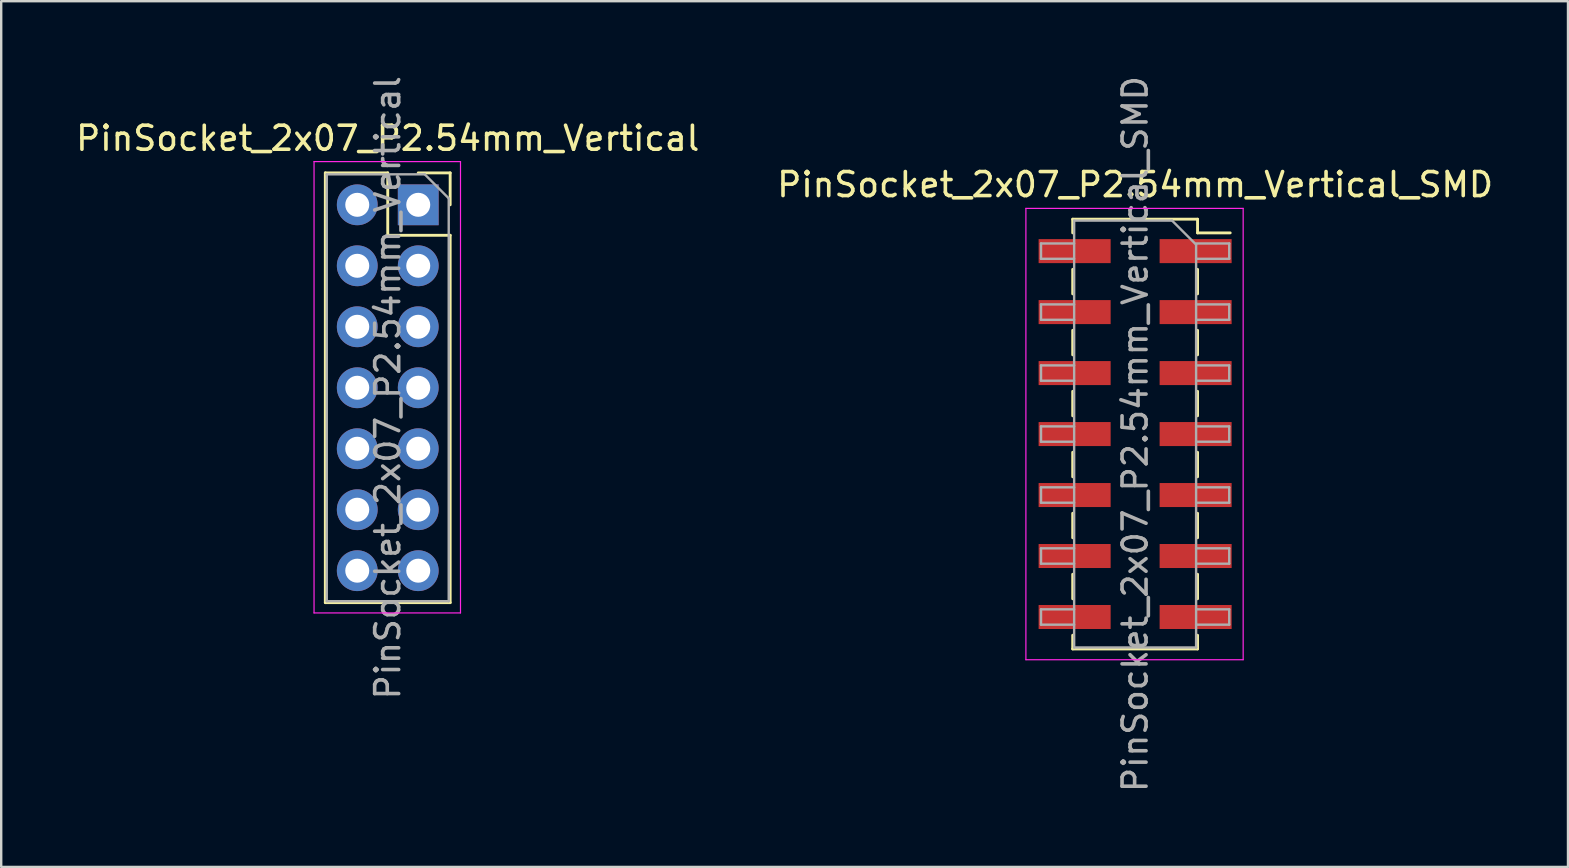
<source format=kicad_pcb>
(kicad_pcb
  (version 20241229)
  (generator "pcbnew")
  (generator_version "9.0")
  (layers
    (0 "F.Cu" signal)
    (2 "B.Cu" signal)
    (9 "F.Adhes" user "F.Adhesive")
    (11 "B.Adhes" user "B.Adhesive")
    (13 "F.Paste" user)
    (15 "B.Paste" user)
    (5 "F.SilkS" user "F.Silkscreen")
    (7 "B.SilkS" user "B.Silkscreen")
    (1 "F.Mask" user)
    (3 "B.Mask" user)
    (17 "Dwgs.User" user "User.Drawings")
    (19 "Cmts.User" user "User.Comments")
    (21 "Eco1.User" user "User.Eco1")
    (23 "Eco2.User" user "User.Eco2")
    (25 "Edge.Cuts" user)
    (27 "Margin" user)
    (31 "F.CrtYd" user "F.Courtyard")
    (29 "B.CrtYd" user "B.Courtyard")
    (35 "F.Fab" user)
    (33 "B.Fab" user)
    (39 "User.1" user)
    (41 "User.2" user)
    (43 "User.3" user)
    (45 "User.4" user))
  (footprint "PinSocket_2x07_P2.54mm_Vertical_SMD"
    (layer "F.Cu")
    (at 44.232 15.03)
    (property "Reference" "PinSocket_2x07_P2.54mm_Vertical_SMD" (at 0 -10.39 0) (layer "F.SilkS") (effects (font (size 1 1) (thickness 0.15))))
    (attr smd)
    (fp_line (start -2.6 -8.95) (end -2.6 -8.38) (stroke (width 0.12) (type solid)) (layer "F.SilkS"))
    (fp_line (start -2.6 -8.95) (end 2.6 -8.95) (stroke (width 0.12) (type solid)) (layer "F.SilkS"))
    (fp_line (start -2.6 -6.86) (end -2.6 -5.84) (stroke (width 0.12) (type solid)) (layer "F.SilkS"))
    (fp_line (start -2.6 -4.32) (end -2.6 -3.3) (stroke (width 0.12) (type solid)) (layer "F.SilkS"))
    (fp_line (start -2.6 -1.78) (end -2.6 -0.76) (stroke (width 0.12) (type solid)) (layer "F.SilkS"))
    (fp_line (start -2.6 0.76) (end -2.6 1.78) (stroke (width 0.12) (type solid)) (layer "F.SilkS"))
    (fp_line (start -2.6 3.3) (end -2.6 4.32) (stroke (width 0.12) (type solid)) (layer "F.SilkS"))
    (fp_line (start -2.6 5.84) (end -2.6 6.86) (stroke (width 0.12) (type solid)) (layer "F.SilkS"))
    (fp_line (start -2.6 8.38) (end -2.6 8.95) (stroke (width 0.12) (type solid)) (layer "F.SilkS"))
    (fp_line (start -2.6 8.95) (end 2.6 8.95) (stroke (width 0.12) (type solid)) (layer "F.SilkS"))
    (fp_line (start 2.6 -8.95) (end 2.6 -8.38) (stroke (width 0.12) (type solid)) (layer "F.SilkS"))
    (fp_line (start 2.6 -8.38) (end 3.96 -8.38) (stroke (width 0.12) (type solid)) (layer "F.SilkS"))
    (fp_line (start 2.6 -6.86) (end 2.6 -5.84) (stroke (width 0.12) (type solid)) (layer "F.SilkS"))
    (fp_line (start 2.6 -4.32) (end 2.6 -3.3) (stroke (width 0.12) (type solid)) (layer "F.SilkS"))
    (fp_line (start 2.6 -1.78) (end 2.6 -0.76) (stroke (width 0.12) (type solid)) (layer "F.SilkS"))
    (fp_line (start 2.6 0.76) (end 2.6 1.78) (stroke (width 0.12) (type solid)) (layer "F.SilkS"))
    (fp_line (start 2.6 3.3) (end 2.6 4.32) (stroke (width 0.12) (type solid)) (layer "F.SilkS"))
    (fp_line (start 2.6 5.84) (end 2.6 6.86) (stroke (width 0.12) (type solid)) (layer "F.SilkS"))
    (fp_line (start 2.6 8.38) (end 2.6 8.95) (stroke (width 0.12) (type solid)) (layer "F.SilkS"))
    (fp_line (start -4.55 -9.4) (end 4.5 -9.4) (stroke (width 0.05) (type solid)) (layer "F.CrtYd"))
    (fp_line (start -4.55 9.4) (end -4.55 -9.4) (stroke (width 0.05) (type solid)) (layer "F.CrtYd"))
    (fp_line (start 4.5 -9.4) (end 4.5 9.4) (stroke (width 0.05) (type solid)) (layer "F.CrtYd"))
    (fp_line (start 4.5 9.4) (end -4.55 9.4) (stroke (width 0.05) (type solid)) (layer "F.CrtYd"))
    (fp_line (start -3.92 -7.94) (end -2.54 -7.94) (stroke (width 0.1) (type solid)) (layer "F.Fab"))
    (fp_line (start -3.92 -7.3) (end -3.92 -7.94) (stroke (width 0.1) (type solid)) (layer "F.Fab"))
    (fp_line (start -3.92 -5.4) (end -2.54 -5.4) (stroke (width 0.1) (type solid)) (layer "F.Fab"))
    (fp_line (start -3.92 -4.76) (end -3.92 -5.4) (stroke (width 0.1) (type solid)) (layer "F.Fab"))
    (fp_line (start -3.92 -2.86) (end -2.54 -2.86) (stroke (width 0.1) (type solid)) (layer "F.Fab"))
    (fp_line (start -3.92 -2.22) (end -3.92 -2.86) (stroke (width 0.1) (type solid)) (layer "F.Fab"))
    (fp_line (start -3.92 -0.32) (end -2.54 -0.32) (stroke (width 0.1) (type solid)) (layer "F.Fab"))
    (fp_line (start -3.92 0.32) (end -3.92 -0.32) (stroke (width 0.1) (type solid)) (layer "F.Fab"))
    (fp_line (start -3.92 2.22) (end -2.54 2.22) (stroke (width 0.1) (type solid)) (layer "F.Fab"))
    (fp_line (start -3.92 2.86) (end -3.92 2.22) (stroke (width 0.1) (type solid)) (layer "F.Fab"))
    (fp_line (start -3.92 4.76) (end -2.54 4.76) (stroke (width 0.1) (type solid)) (layer "F.Fab"))
    (fp_line (start -3.92 5.4) (end -3.92 4.76) (stroke (width 0.1) (type solid)) (layer "F.Fab"))
    (fp_line (start -3.92 7.3) (end -2.54 7.3) (stroke (width 0.1) (type solid)) (layer "F.Fab"))
    (fp_line (start -3.92 7.94) (end -3.92 7.3) (stroke (width 0.1) (type solid)) (layer "F.Fab"))
    (fp_line (start -2.54 -8.89) (end 1.54 -8.89) (stroke (width 0.1) (type solid)) (layer "F.Fab"))
    (fp_line (start -2.54 -7.3) (end -3.92 -7.3) (stroke (width 0.1) (type solid)) (layer "F.Fab"))
    (fp_line (start -2.54 -4.76) (end -3.92 -4.76) (stroke (width 0.1) (type solid)) (layer "F.Fab"))
    (fp_line (start -2.54 -2.22) (end -3.92 -2.22) (stroke (width 0.1) (type solid)) (layer "F.Fab"))
    (fp_line (start -2.54 0.32) (end -3.92 0.32) (stroke (width 0.1) (type solid)) (layer "F.Fab"))
    (fp_line (start -2.54 2.86) (end -3.92 2.86) (stroke (width 0.1) (type solid)) (layer "F.Fab"))
    (fp_line (start -2.54 5.4) (end -3.92 5.4) (stroke (width 0.1) (type solid)) (layer "F.Fab"))
    (fp_line (start -2.54 7.94) (end -3.92 7.94) (stroke (width 0.1) (type solid)) (layer "F.Fab"))
    (fp_line (start -2.54 8.89) (end -2.54 -8.89) (stroke (width 0.1) (type solid)) (layer "F.Fab"))
    (fp_line (start 1.54 -8.89) (end 2.54 -7.89) (stroke (width 0.1) (type solid)) (layer "F.Fab"))
    (fp_line (start 2.54 -7.94) (end 3.92 -7.94) (stroke (width 0.1) (type solid)) (layer "F.Fab"))
    (fp_line (start 2.54 -7.89) (end 2.54 8.89) (stroke (width 0.1) (type solid)) (layer "F.Fab"))
    (fp_line (start 2.54 -5.4) (end 3.92 -5.4) (stroke (width 0.1) (type solid)) (layer "F.Fab"))
    (fp_line (start 2.54 -2.86) (end 3.92 -2.86) (stroke (width 0.1) (type solid)) (layer "F.Fab"))
    (fp_line (start 2.54 -0.32) (end 3.92 -0.32) (stroke (width 0.1) (type solid)) (layer "F.Fab"))
    (fp_line (start 2.54 2.22) (end 3.92 2.22) (stroke (width 0.1) (type solid)) (layer "F.Fab"))
    (fp_line (start 2.54 4.76) (end 3.92 4.76) (stroke (width 0.1) (type solid)) (layer "F.Fab"))
    (fp_line (start 2.54 7.3) (end 3.92 7.3) (stroke (width 0.1) (type solid)) (layer "F.Fab"))
    (fp_line (start 2.54 8.89) (end -2.54 8.89) (stroke (width 0.1) (type solid)) (layer "F.Fab"))
    (fp_line (start 3.92 -7.94) (end 3.92 -7.3) (stroke (width 0.1) (type solid)) (layer "F.Fab"))
    (fp_line (start 3.92 -7.3) (end 2.54 -7.3) (stroke (width 0.1) (type solid)) (layer "F.Fab"))
    (fp_line (start 3.92 -5.4) (end 3.92 -4.76) (stroke (width 0.1) (type solid)) (layer "F.Fab"))
    (fp_line (start 3.92 -4.76) (end 2.54 -4.76) (stroke (width 0.1) (type solid)) (layer "F.Fab"))
    (fp_line (start 3.92 -2.86) (end 3.92 -2.22) (stroke (width 0.1) (type solid)) (layer "F.Fab"))
    (fp_line (start 3.92 -2.22) (end 2.54 -2.22) (stroke (width 0.1) (type solid)) (layer "F.Fab"))
    (fp_line (start 3.92 -0.32) (end 3.92 0.32) (stroke (width 0.1) (type solid)) (layer "F.Fab"))
    (fp_line (start 3.92 0.32) (end 2.54 0.32) (stroke (width 0.1) (type solid)) (layer "F.Fab"))
    (fp_line (start 3.92 2.22) (end 3.92 2.86) (stroke (width 0.1) (type solid)) (layer "F.Fab"))
    (fp_line (start 3.92 2.86) (end 2.54 2.86) (stroke (width 0.1) (type solid)) (layer "F.Fab"))
    (fp_line (start 3.92 4.76) (end 3.92 5.4) (stroke (width 0.1) (type solid)) (layer "F.Fab"))
    (fp_line (start 3.92 5.4) (end 2.54 5.4) (stroke (width 0.1) (type solid)) (layer "F.Fab"))
    (fp_line (start 3.92 7.3) (end 3.92 7.94) (stroke (width 0.1) (type solid)) (layer "F.Fab"))
    (fp_line (start 3.92 7.94) (end 2.54 7.94) (stroke (width 0.1) (type solid)) (layer "F.Fab"))
    (fp_text user "${REFERENCE}" (at 0 0 90) (layer "F.Fab") (effects (font (size 1 1) (thickness 0.15))))
    (pad "1" smd rect (at 2.52 -7.62) (size 3 1) (layers "F.Cu" "F.Mask" "F.Paste"))
    (pad "2" smd rect (at -2.52 -7.62) (size 3 1) (layers "F.Cu" "F.Mask" "F.Paste"))
    (pad "3" smd rect (at 2.52 -5.08) (size 3 1) (layers "F.Cu" "F.Mask" "F.Paste"))
    (pad "4" smd rect (at -2.52 -5.08) (size 3 1) (layers "F.Cu" "F.Mask" "F.Paste"))
    (pad "5" smd rect (at 2.52 -2.54) (size 3 1) (layers "F.Cu" "F.Mask" "F.Paste"))
    (pad "6" smd rect (at -2.52 -2.54) (size 3 1) (layers "F.Cu" "F.Mask" "F.Paste"))
    (pad "7" smd rect (at 2.52 0) (size 3 1) (layers "F.Cu" "F.Mask" "F.Paste"))
    (pad "8" smd rect (at -2.52 0) (size 3 1) (layers "F.Cu" "F.Mask" "F.Paste"))
    (pad "9" smd rect (at 2.52 2.54) (size 3 1) (layers "F.Cu" "F.Mask" "F.Paste"))
    (pad "10" smd rect (at -2.52 2.54) (size 3 1) (layers "F.Cu" "F.Mask" "F.Paste"))
    (pad "11" smd rect (at 2.52 5.08) (size 3 1) (layers "F.Cu" "F.Mask" "F.Paste"))
    (pad "12" smd rect (at -2.52 5.08) (size 3 1) (layers "F.Cu" "F.Mask" "F.Paste"))
    (pad "13" smd rect (at 2.52 7.62) (size 3 1) (layers "F.Cu" "F.Mask" "F.Paste"))
    (pad "14" smd rect (at -2.52 7.62) (size 3 1) (layers "F.Cu" "F.Mask" "F.Paste")))
  (footprint "PinSocket_2x07_P2.54mm_Vertical"
    (layer "F.Cu")
    (at 14.371 5.481)
    (property "Reference" "PinSocket_2x07_P2.54mm_Vertical" (at -1.27 -2.77 0) (layer "F.SilkS") (effects (font (size 1 1) (thickness 0.15))))
    (attr through_hole)
    (fp_line (start -3.87 -1.33) (end -3.87 16.57) (stroke (width 0.12) (type solid)) (layer "F.SilkS"))
    (fp_line (start -3.87 -1.33) (end -1.27 -1.33) (stroke (width 0.12) (type solid)) (layer "F.SilkS"))
    (fp_line (start -3.87 16.57) (end 1.33 16.57) (stroke (width 0.12) (type solid)) (layer "F.SilkS"))
    (fp_line (start -1.27 -1.33) (end -1.27 1.27) (stroke (width 0.12) (type solid)) (layer "F.SilkS"))
    (fp_line (start -1.27 1.27) (end 1.33 1.27) (stroke (width 0.12) (type solid)) (layer "F.SilkS"))
    (fp_line (start 0 -1.33) (end 1.33 -1.33) (stroke (width 0.12) (type solid)) (layer "F.SilkS"))
    (fp_line (start 1.33 -1.33) (end 1.33 0) (stroke (width 0.12) (type solid)) (layer "F.SilkS"))
    (fp_line (start 1.33 1.27) (end 1.33 16.57) (stroke (width 0.12) (type solid)) (layer "F.SilkS"))
    (fp_line (start -4.34 -1.8) (end 1.76 -1.8) (stroke (width 0.05) (type solid)) (layer "F.CrtYd"))
    (fp_line (start -4.34 17) (end -4.34 -1.8) (stroke (width 0.05) (type solid)) (layer "F.CrtYd"))
    (fp_line (start 1.76 -1.8) (end 1.76 17) (stroke (width 0.05) (type solid)) (layer "F.CrtYd"))
    (fp_line (start 1.76 17) (end -4.34 17) (stroke (width 0.05) (type solid)) (layer "F.CrtYd"))
    (fp_line (start -3.81 -1.27) (end 0.27 -1.27) (stroke (width 0.1) (type solid)) (layer "F.Fab"))
    (fp_line (start -3.81 16.51) (end -3.81 -1.27) (stroke (width 0.1) (type solid)) (layer "F.Fab"))
    (fp_line (start 0.27 -1.27) (end 1.27 -0.27) (stroke (width 0.1) (type solid)) (layer "F.Fab"))
    (fp_line (start 1.27 -0.27) (end 1.27 16.51) (stroke (width 0.1) (type solid)) (layer "F.Fab"))
    (fp_line (start 1.27 16.51) (end -3.81 16.51) (stroke (width 0.1) (type solid)) (layer "F.Fab"))
    (fp_text user "${REFERENCE}" (at -1.27 7.62 90) (layer "F.Fab") (effects (font (size 1 1) (thickness 0.15))))
    (pad "1" thru_hole rect (at 0 0) (size 1.7 1.7) (drill 1) (layers "*.Cu" "*.Mask"))
    (pad "2" thru_hole oval (at -2.54 0) (size 1.7 1.7) (drill 1) (layers "*.Cu" "*.Mask"))
    (pad "3" thru_hole oval (at 0 2.54) (size 1.7 1.7) (drill 1) (layers "*.Cu" "*.Mask"))
    (pad "4" thru_hole oval (at -2.54 2.54) (size 1.7 1.7) (drill 1) (layers "*.Cu" "*.Mask"))
    (pad "5" thru_hole oval (at 0 5.08) (size 1.7 1.7) (drill 1) (layers "*.Cu" "*.Mask"))
    (pad "6" thru_hole oval (at -2.54 5.08) (size 1.7 1.7) (drill 1) (layers "*.Cu" "*.Mask"))
    (pad "7" thru_hole oval (at 0 7.62) (size 1.7 1.7) (drill 1) (layers "*.Cu" "*.Mask"))
    (pad "8" thru_hole oval (at -2.54 7.62) (size 1.7 1.7) (drill 1) (layers "*.Cu" "*.Mask"))
    (pad "9" thru_hole oval (at 0 10.16) (size 1.7 1.7) (drill 1) (layers "*.Cu" "*.Mask"))
    (pad "10" thru_hole oval (at -2.54 10.16) (size 1.7 1.7) (drill 1) (layers "*.Cu" "*.Mask"))
    (pad "11" thru_hole oval (at 0 12.7) (size 1.7 1.7) (drill 1) (layers "*.Cu" "*.Mask"))
    (pad "12" thru_hole oval (at -2.54 12.7) (size 1.7 1.7) (drill 1) (layers "*.Cu" "*.Mask"))
    (pad "13" thru_hole oval (at 0 15.24) (size 1.7 1.7) (drill 1) (layers "*.Cu" "*.Mask"))
    (pad "14" thru_hole oval (at -2.54 15.24) (size 1.7 1.7) (drill 1) (layers "*.Cu" "*.Mask")))
  (gr_rect
    (start -3 -3)
    (end 62.262 33.06)
    (stroke (width 0.1) (type default))
    (fill no)
    (layer "Edge.Cuts")))
</source>
